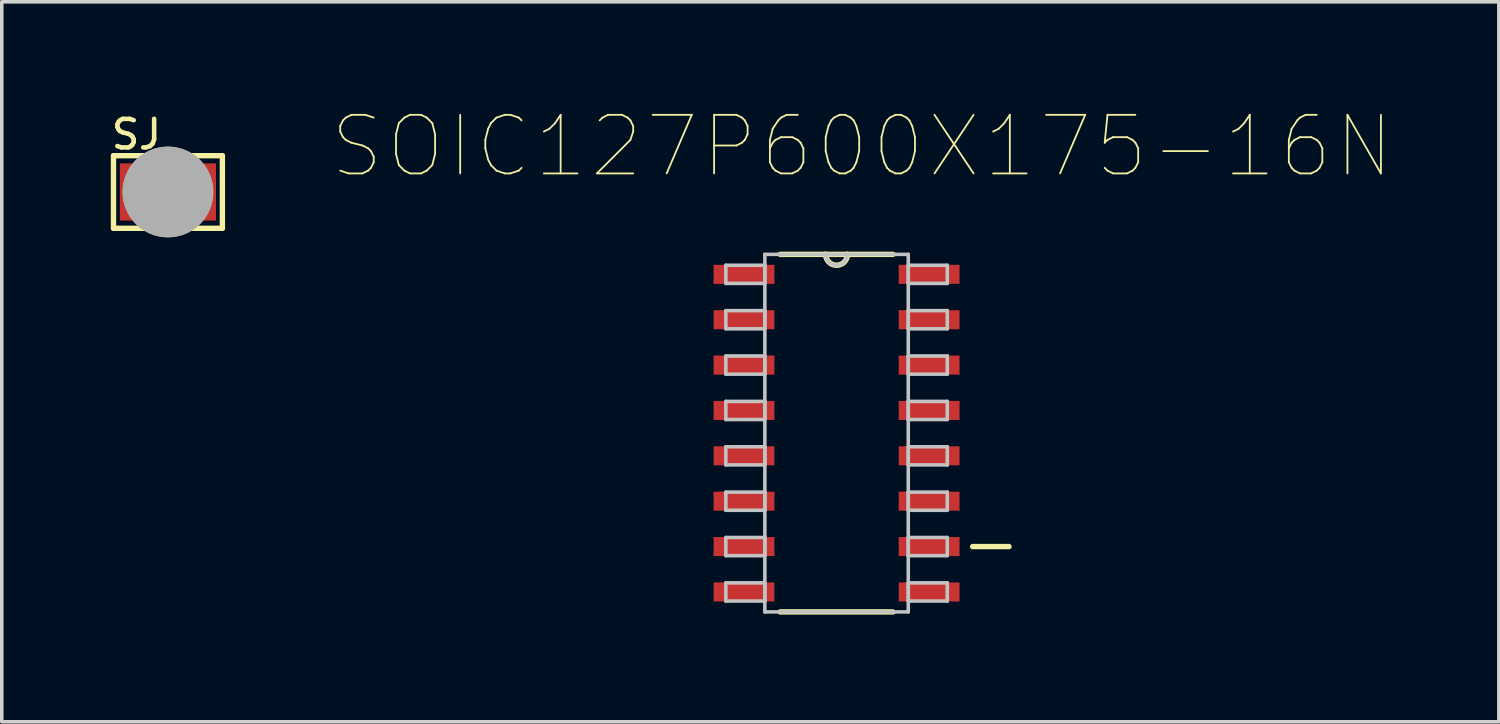
<source format=kicad_pcb>
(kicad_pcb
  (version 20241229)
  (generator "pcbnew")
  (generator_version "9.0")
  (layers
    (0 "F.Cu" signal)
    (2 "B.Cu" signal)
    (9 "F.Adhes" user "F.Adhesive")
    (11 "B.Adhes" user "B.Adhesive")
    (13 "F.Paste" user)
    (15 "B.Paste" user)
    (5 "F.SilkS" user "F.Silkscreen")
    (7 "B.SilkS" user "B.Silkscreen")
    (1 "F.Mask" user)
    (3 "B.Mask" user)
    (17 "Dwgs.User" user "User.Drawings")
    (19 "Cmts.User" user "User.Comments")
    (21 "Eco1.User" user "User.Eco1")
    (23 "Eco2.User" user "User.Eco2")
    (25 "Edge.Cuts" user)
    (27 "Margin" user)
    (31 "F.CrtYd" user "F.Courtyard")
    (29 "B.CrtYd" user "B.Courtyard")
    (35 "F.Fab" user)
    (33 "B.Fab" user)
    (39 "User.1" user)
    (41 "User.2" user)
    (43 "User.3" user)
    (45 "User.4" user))
  (footprint "SOIC127P600X175-16N"
    (layer "F.Cu")
    (at 20.366 9.074)
    (property "Reference" "SOIC127P600X175-16N" (at 0.711 -8.026 0) (layer "F.SilkS") (effects (font (size 1.64 1.64) (thickness 0.05))))
    (attr smd)
    (fp_line (start -1.575 5.004) (end 1.575 5.004) (stroke (width 0.152) (type solid)) (layer "F.SilkS"))
    (fp_line (start -0.305 -5.004) (end -1.575 -5.004) (stroke (width 0.152) (type solid)) (layer "F.SilkS"))
    (fp_line (start 0.305 -5.004) (end -0.305 -5.004) (stroke (width 0.152) (type solid)) (layer "F.SilkS"))
    (fp_line (start 1.575 -5.004) (end 0.305 -5.004) (stroke (width 0.152) (type solid)) (layer "F.SilkS"))
    (fp_line (start 3.81 3.175) (end 4.826 3.175) (stroke (width 0.152) (type solid)) (layer "F.SilkS"))
    (fp_arc (start 0.3048 -5.0038) (mid 0 -4.699) (end -0.3048 -5.0038) (stroke (width 0.1524) (type solid)) (layer "F.SilkS"))
    (fp_line (start -3.099 -4.699) (end -3.099 -4.191) (stroke (width 0.1) (type solid)) (layer "Dwgs.User"))
    (fp_line (start -3.099 -4.191) (end -2.007 -4.191) (stroke (width 0.1) (type solid)) (layer "Dwgs.User"))
    (fp_line (start -3.099 -3.429) (end -3.099 -2.921) (stroke (width 0.1) (type solid)) (layer "Dwgs.User"))
    (fp_line (start -3.099 -2.921) (end -2.007 -2.921) (stroke (width 0.1) (type solid)) (layer "Dwgs.User"))
    (fp_line (start -3.099 -2.159) (end -3.099 -1.651) (stroke (width 0.1) (type solid)) (layer "Dwgs.User"))
    (fp_line (start -3.099 -1.651) (end -2.007 -1.651) (stroke (width 0.1) (type solid)) (layer "Dwgs.User"))
    (fp_line (start -3.099 -0.889) (end -3.099 -0.381) (stroke (width 0.1) (type solid)) (layer "Dwgs.User"))
    (fp_line (start -3.099 -0.381) (end -2.007 -0.381) (stroke (width 0.1) (type solid)) (layer "Dwgs.User"))
    (fp_line (start -3.099 0.381) (end -3.099 0.889) (stroke (width 0.1) (type solid)) (layer "Dwgs.User"))
    (fp_line (start -3.099 0.889) (end -2.007 0.889) (stroke (width 0.1) (type solid)) (layer "Dwgs.User"))
    (fp_line (start -3.099 1.651) (end -3.099 2.159) (stroke (width 0.1) (type solid)) (layer "Dwgs.User"))
    (fp_line (start -3.099 2.159) (end -2.007 2.159) (stroke (width 0.1) (type solid)) (layer "Dwgs.User"))
    (fp_line (start -3.099 2.921) (end -3.099 3.429) (stroke (width 0.1) (type solid)) (layer "Dwgs.User"))
    (fp_line (start -3.099 3.429) (end -2.007 3.429) (stroke (width 0.1) (type solid)) (layer "Dwgs.User"))
    (fp_line (start -3.099 4.191) (end -3.099 4.699) (stroke (width 0.1) (type solid)) (layer "Dwgs.User"))
    (fp_line (start -3.099 4.699) (end -2.007 4.699) (stroke (width 0.1) (type solid)) (layer "Dwgs.User"))
    (fp_line (start -2.007 -5.004) (end -2.007 5.004) (stroke (width 0.1) (type solid)) (layer "Dwgs.User"))
    (fp_line (start -2.007 -4.699) (end -3.099 -4.699) (stroke (width 0.1) (type solid)) (layer "Dwgs.User"))
    (fp_line (start -2.007 -4.191) (end -2.007 -4.699) (stroke (width 0.1) (type solid)) (layer "Dwgs.User"))
    (fp_line (start -2.007 -3.429) (end -3.099 -3.429) (stroke (width 0.1) (type solid)) (layer "Dwgs.User"))
    (fp_line (start -2.007 -2.921) (end -2.007 -3.429) (stroke (width 0.1) (type solid)) (layer "Dwgs.User"))
    (fp_line (start -2.007 -2.159) (end -3.099 -2.159) (stroke (width 0.1) (type solid)) (layer "Dwgs.User"))
    (fp_line (start -2.007 -1.651) (end -2.007 -2.159) (stroke (width 0.1) (type solid)) (layer "Dwgs.User"))
    (fp_line (start -2.007 -0.889) (end -3.099 -0.889) (stroke (width 0.1) (type solid)) (layer "Dwgs.User"))
    (fp_line (start -2.007 -0.381) (end -2.007 -0.889) (stroke (width 0.1) (type solid)) (layer "Dwgs.User"))
    (fp_line (start -2.007 0.381) (end -3.099 0.381) (stroke (width 0.1) (type solid)) (layer "Dwgs.User"))
    (fp_line (start -2.007 0.889) (end -2.007 0.381) (stroke (width 0.1) (type solid)) (layer "Dwgs.User"))
    (fp_line (start -2.007 1.651) (end -3.099 1.651) (stroke (width 0.1) (type solid)) (layer "Dwgs.User"))
    (fp_line (start -2.007 2.159) (end -2.007 1.651) (stroke (width 0.1) (type solid)) (layer "Dwgs.User"))
    (fp_line (start -2.007 2.921) (end -3.099 2.921) (stroke (width 0.1) (type solid)) (layer "Dwgs.User"))
    (fp_line (start -2.007 3.429) (end -2.007 2.921) (stroke (width 0.1) (type solid)) (layer "Dwgs.User"))
    (fp_line (start -2.007 4.191) (end -3.099 4.191) (stroke (width 0.1) (type solid)) (layer "Dwgs.User"))
    (fp_line (start -2.007 4.699) (end -2.007 4.191) (stroke (width 0.1) (type solid)) (layer "Dwgs.User"))
    (fp_line (start -2.007 5.004) (end 2.007 5.004) (stroke (width 0.1) (type solid)) (layer "Dwgs.User"))
    (fp_line (start -0.305 -5.004) (end -2.007 -5.004) (stroke (width 0.1) (type solid)) (layer "Dwgs.User"))
    (fp_line (start 0.305 -5.004) (end -0.305 -5.004) (stroke (width 0.1) (type solid)) (layer "Dwgs.User"))
    (fp_line (start 2.007 -5.004) (end 0.305 -5.004) (stroke (width 0.1) (type solid)) (layer "Dwgs.User"))
    (fp_line (start 2.007 -4.699) (end 2.007 -4.191) (stroke (width 0.1) (type solid)) (layer "Dwgs.User"))
    (fp_line (start 2.007 -4.191) (end 3.099 -4.191) (stroke (width 0.1) (type solid)) (layer "Dwgs.User"))
    (fp_line (start 2.007 -3.429) (end 2.007 -2.921) (stroke (width 0.1) (type solid)) (layer "Dwgs.User"))
    (fp_line (start 2.007 -2.921) (end 3.099 -2.921) (stroke (width 0.1) (type solid)) (layer "Dwgs.User"))
    (fp_line (start 2.007 -2.159) (end 2.007 -1.651) (stroke (width 0.1) (type solid)) (layer "Dwgs.User"))
    (fp_line (start 2.007 -1.651) (end 3.099 -1.651) (stroke (width 0.1) (type solid)) (layer "Dwgs.User"))
    (fp_line (start 2.007 -0.889) (end 2.007 -0.381) (stroke (width 0.1) (type solid)) (layer "Dwgs.User"))
    (fp_line (start 2.007 -0.381) (end 3.099 -0.381) (stroke (width 0.1) (type solid)) (layer "Dwgs.User"))
    (fp_line (start 2.007 0.381) (end 2.007 0.889) (stroke (width 0.1) (type solid)) (layer "Dwgs.User"))
    (fp_line (start 2.007 0.889) (end 3.099 0.889) (stroke (width 0.1) (type solid)) (layer "Dwgs.User"))
    (fp_line (start 2.007 1.651) (end 2.007 2.159) (stroke (width 0.1) (type solid)) (layer "Dwgs.User"))
    (fp_line (start 2.007 2.159) (end 3.099 2.159) (stroke (width 0.1) (type solid)) (layer "Dwgs.User"))
    (fp_line (start 2.007 2.921) (end 2.007 3.429) (stroke (width 0.1) (type solid)) (layer "Dwgs.User"))
    (fp_line (start 2.007 3.429) (end 3.099 3.429) (stroke (width 0.1) (type solid)) (layer "Dwgs.User"))
    (fp_line (start 2.007 4.191) (end 2.007 4.699) (stroke (width 0.1) (type solid)) (layer "Dwgs.User"))
    (fp_line (start 2.007 4.699) (end 3.099 4.699) (stroke (width 0.1) (type solid)) (layer "Dwgs.User"))
    (fp_line (start 2.007 5.004) (end 2.007 -5.004) (stroke (width 0.1) (type solid)) (layer "Dwgs.User"))
    (fp_line (start 3.099 -4.699) (end 2.007 -4.699) (stroke (width 0.1) (type solid)) (layer "Dwgs.User"))
    (fp_line (start 3.099 -4.191) (end 3.099 -4.699) (stroke (width 0.1) (type solid)) (layer "Dwgs.User"))
    (fp_line (start 3.099 -3.429) (end 2.007 -3.429) (stroke (width 0.1) (type solid)) (layer "Dwgs.User"))
    (fp_line (start 3.099 -2.921) (end 3.099 -3.429) (stroke (width 0.1) (type solid)) (layer "Dwgs.User"))
    (fp_line (start 3.099 -2.159) (end 2.007 -2.159) (stroke (width 0.1) (type solid)) (layer "Dwgs.User"))
    (fp_line (start 3.099 -1.651) (end 3.099 -2.159) (stroke (width 0.1) (type solid)) (layer "Dwgs.User"))
    (fp_line (start 3.099 -0.889) (end 2.007 -0.889) (stroke (width 0.1) (type solid)) (layer "Dwgs.User"))
    (fp_line (start 3.099 -0.381) (end 3.099 -0.889) (stroke (width 0.1) (type solid)) (layer "Dwgs.User"))
    (fp_line (start 3.099 0.381) (end 2.007 0.381) (stroke (width 0.1) (type solid)) (layer "Dwgs.User"))
    (fp_line (start 3.099 0.889) (end 3.099 0.381) (stroke (width 0.1) (type solid)) (layer "Dwgs.User"))
    (fp_line (start 3.099 1.651) (end 2.007 1.651) (stroke (width 0.1) (type solid)) (layer "Dwgs.User"))
    (fp_line (start 3.099 2.159) (end 3.099 1.651) (stroke (width 0.1) (type solid)) (layer "Dwgs.User"))
    (fp_line (start 3.099 2.921) (end 2.007 2.921) (stroke (width 0.1) (type solid)) (layer "Dwgs.User"))
    (fp_line (start 3.099 3.429) (end 3.099 2.921) (stroke (width 0.1) (type solid)) (layer "Dwgs.User"))
    (fp_line (start 3.099 4.191) (end 2.007 4.191) (stroke (width 0.1) (type solid)) (layer "Dwgs.User"))
    (fp_line (start 3.099 4.699) (end 3.099 4.191) (stroke (width 0.1) (type solid)) (layer "Dwgs.User"))
    (fp_arc (start 0.3048 -5.0038) (mid 0 -4.699) (end -0.3048 -5.0038) (stroke (width 0.1) (type solid)) (layer "Dwgs.User"))
    (pad "1" smd rect (at -2.591 -4.445) (size 1.702 0.533) (layers "F.Cu" "F.Mask" "F.Paste"))
    (pad "2" smd rect (at -2.591 -3.175) (size 1.702 0.533) (layers "F.Cu" "F.Mask" "F.Paste"))
    (pad "3" smd rect (at -2.591 -1.905) (size 1.702 0.533) (layers "F.Cu" "F.Mask" "F.Paste"))
    (pad "4" smd rect (at -2.591 -0.635) (size 1.702 0.533) (layers "F.Cu" "F.Mask" "F.Paste"))
    (pad "5" smd rect (at -2.591 0.635) (size 1.702 0.533) (layers "F.Cu" "F.Mask" "F.Paste"))
    (pad "6" smd rect (at -2.591 1.905) (size 1.702 0.533) (layers "F.Cu" "F.Mask" "F.Paste"))
    (pad "7" smd rect (at -2.591 3.175) (size 1.702 0.533) (layers "F.Cu" "F.Mask" "F.Paste"))
    (pad "8" smd rect (at -2.591 4.445) (size 1.702 0.533) (layers "F.Cu" "F.Mask" "F.Paste"))
    (pad "9" smd rect (at 2.591 4.445) (size 1.702 0.533) (layers "F.Cu" "F.Mask" "F.Paste"))
    (pad "10" smd rect (at 2.591 3.175) (size 1.702 0.533) (layers "F.Cu" "F.Mask" "F.Paste"))
    (pad "11" smd rect (at 2.591 1.905) (size 1.702 0.533) (layers "F.Cu" "F.Mask" "F.Paste"))
    (pad "12" smd rect (at 2.591 0.635) (size 1.702 0.533) (layers "F.Cu" "F.Mask" "F.Paste"))
    (pad "13" smd rect (at 2.591 -0.635) (size 1.702 0.533) (layers "F.Cu" "F.Mask" "F.Paste"))
    (pad "14" smd rect (at 2.591 -1.905) (size 1.702 0.533) (layers "F.Cu" "F.Mask" "F.Paste"))
    (pad "15" smd rect (at 2.591 -3.175) (size 1.702 0.533) (layers "F.Cu" "F.Mask" "F.Paste"))
    (pad "16" smd rect (at 2.591 -4.445) (size 1.702 0.533) (layers "F.Cu" "F.Mask" "F.Paste")))
  (footprint "SJ"
    (layer "F.Cu")
    (at 1.651 2.324)
    (property "Reference" "SJ" (at -1.651 -1.143 0) (layer "F.SilkS") (effects (font (size 0.8 0.8) (thickness 0.127)) (justify left bottom)))
    (attr through_hole)
    (fp_poly (pts (xy -0.076 0.914) (xy 0.076 0.914) (xy 0.076 -0.914) (xy -0.076 -0.914)) (stroke (width 0) (type solid)) (fill yes) (layer "F.Mask"))
    (fp_line (start -1.524 -1.016) (end -1.524 1.016) (stroke (width 0.15) (type solid)) (layer "F.SilkS"))
    (fp_line (start -1.524 1.016) (end 1.524 1.016) (stroke (width 0.15) (type solid)) (layer "F.SilkS"))
    (fp_line (start 0 0) (end 0 0) (stroke (width 0.152) (type solid)) (layer "F.SilkS"))
    (fp_line (start 0 0) (end 0 0) (stroke (width 0.152) (type solid)) (layer "F.SilkS"))
    (fp_line (start 0 0) (end 0 0) (stroke (width 0.152) (type solid)) (layer "F.SilkS"))
    (fp_line (start 0 0) (end 0 0) (stroke (width 0.152) (type solid)) (layer "F.SilkS"))
    (fp_line (start 1.524 -1.016) (end -1.524 -1.016) (stroke (width 0.15) (type solid)) (layer "F.SilkS"))
    (fp_line (start 1.524 1.016) (end 1.524 -1.016) (stroke (width 0.15) (type solid)) (layer "F.SilkS"))
    (fp_arc (start 0 0) (mid 0 0) (end 0 0) (stroke (width 0.1524) (type solid)) (layer "F.SilkS"))
    (fp_arc (start 0 0) (mid 0 0) (end 0 0) (stroke (width 0.1524) (type solid)) (layer "F.SilkS"))
    (fp_arc (start 0 0) (mid 0 0) (end 0 0) (stroke (width 0.1524) (type solid)) (layer "F.SilkS"))
    (fp_arc (start 0 0) (mid 0 0) (end 0 0) (stroke (width 0.1524) (type solid)) (layer "F.SilkS"))
    (fp_line (start 0 0) (end 0 0) (stroke (width 0.152) (type solid)) (layer "F.Fab"))
    (fp_line (start 0 0) (end 0 0) (stroke (width 0.152) (type solid)) (layer "F.Fab"))
    (fp_arc (start 0 0) (mid 0 0) (end 0 0) (stroke (width 1.27) (type solid)) (layer "F.Fab"))
    (fp_arc (start 0 0) (mid 0 0) (end 0 0) (stroke (width 1.27) (type solid)) (layer "F.Fab"))
    (pad "1" smd rect (at -0.762 0) (size 1.168 1.6) (layers "F.Cu" "F.Mask" "F.Paste"))
    (pad "2" smd rect (at 0.762 0) (size 1.168 1.6) (layers "F.Cu" "F.Mask" "F.Paste")))
  (gr_rect
    (start -3 -3)
    (end 38.904 17.154)
    (stroke (width 0.1) (type default))
    (fill no)
    (layer "Edge.Cuts")))
</source>
